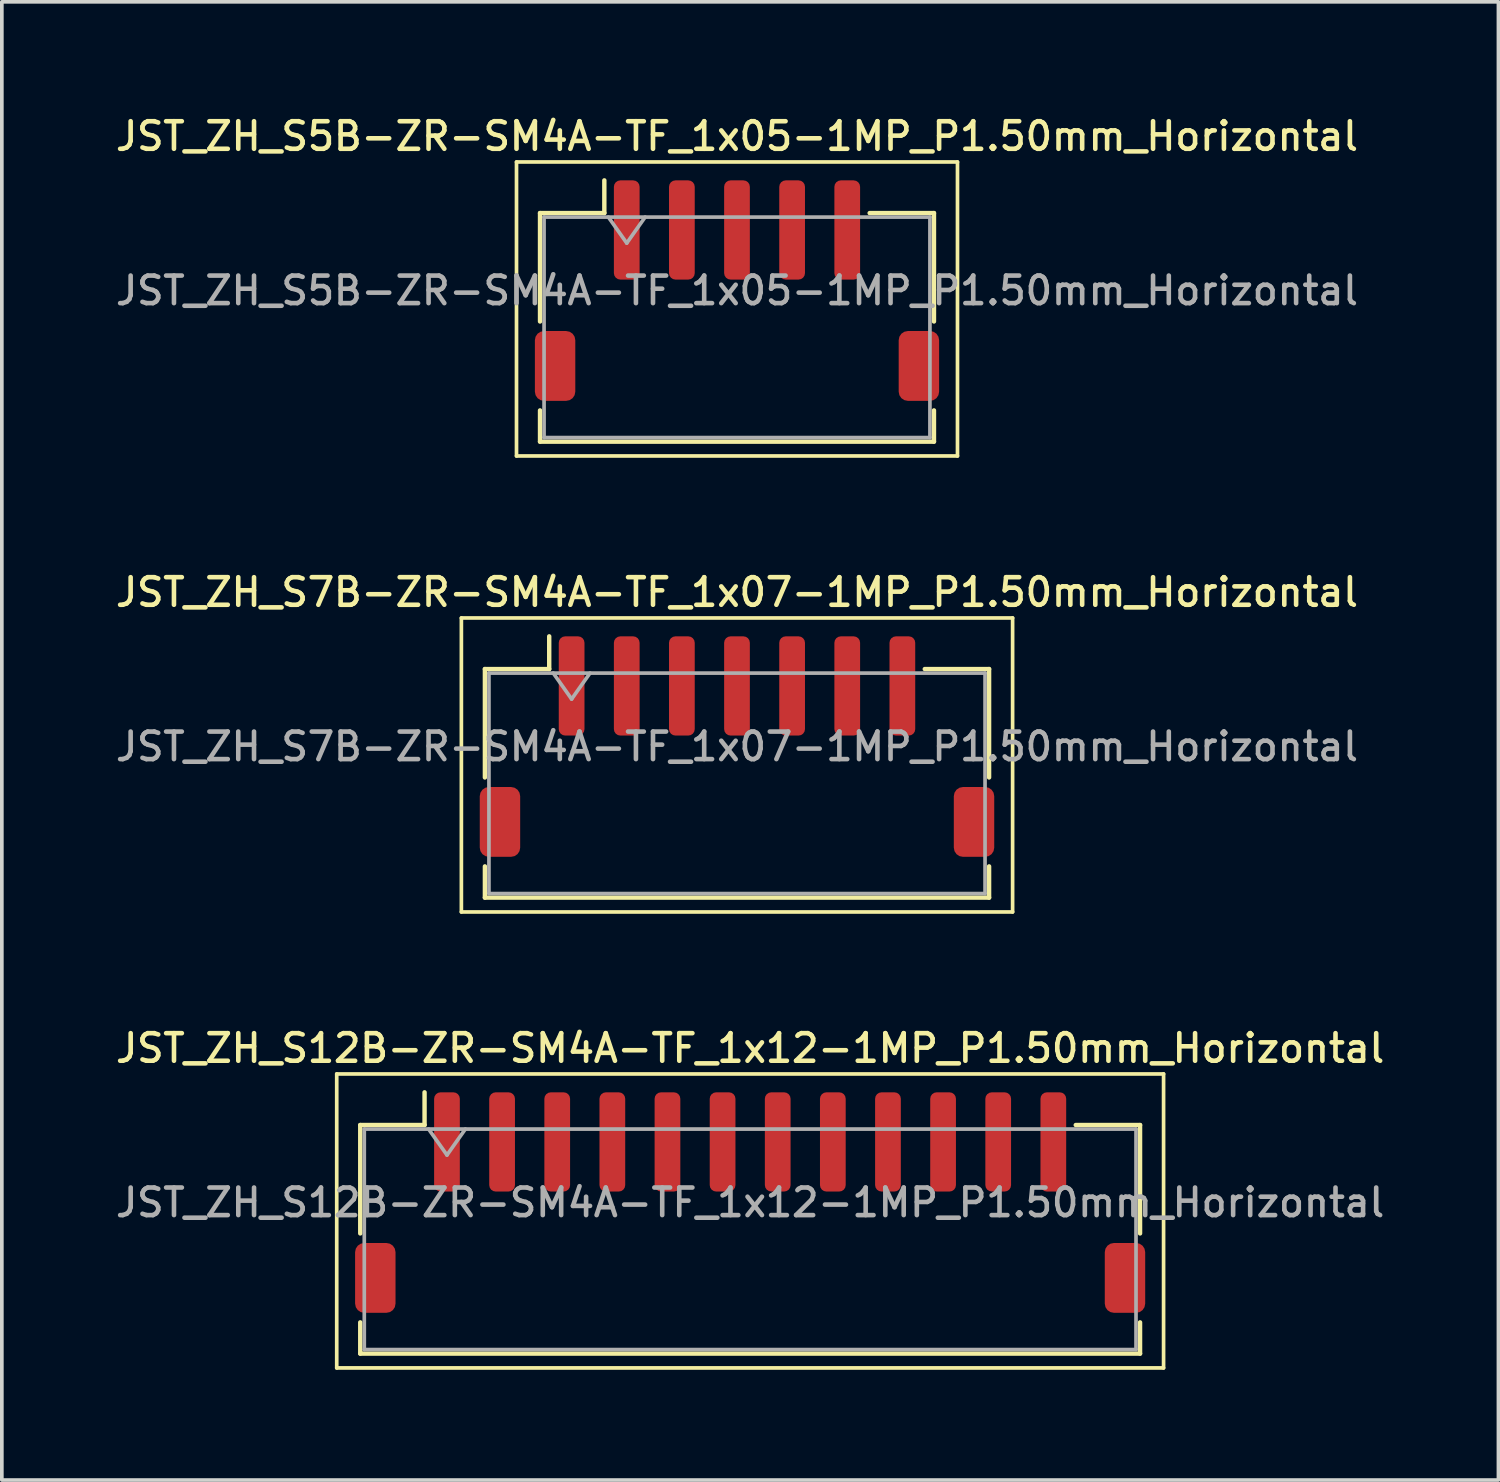
<source format=kicad_pcb>
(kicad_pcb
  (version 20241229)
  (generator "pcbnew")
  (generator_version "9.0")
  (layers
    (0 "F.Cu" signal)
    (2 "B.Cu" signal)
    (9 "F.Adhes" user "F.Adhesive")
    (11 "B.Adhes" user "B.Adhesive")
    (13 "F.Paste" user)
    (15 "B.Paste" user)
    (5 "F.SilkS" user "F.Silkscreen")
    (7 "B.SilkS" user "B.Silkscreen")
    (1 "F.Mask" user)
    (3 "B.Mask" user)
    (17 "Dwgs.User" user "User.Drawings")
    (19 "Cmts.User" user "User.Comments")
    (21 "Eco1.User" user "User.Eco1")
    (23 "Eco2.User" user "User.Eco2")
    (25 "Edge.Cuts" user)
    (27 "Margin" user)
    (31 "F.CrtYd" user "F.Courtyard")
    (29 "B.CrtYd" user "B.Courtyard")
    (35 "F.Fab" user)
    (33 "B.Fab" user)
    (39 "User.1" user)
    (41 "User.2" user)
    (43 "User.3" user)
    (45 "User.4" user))
  (footprint "JST_ZH_S12B-ZR-SM4A-TF_1x12-1MP_P1.50mm_Horizontal"
    (layer "F.Cu")
    (at 17.363 29.674)
    (property "Reference" "JST_ZH_S12B-ZR-SM4A-TF_1x12-1MP_P1.50mm_Horizontal" (at 0 -4.2 0) (layer "F.SilkS") (effects (font (size 0.75 0.75) (thickness 0.125))))
    (attr smd)
    (fp_line (start -11.25 -3.5) (end -11.25 4.5) (stroke (width 0.1) (type solid)) (layer "F.SilkS"))
    (fp_line (start -11.25 4.5) (end 11.25 4.5) (stroke (width 0.1) (type solid)) (layer "F.SilkS"))
    (fp_line (start -10.61 -2.11) (end -8.86 -2.11) (stroke (width 0.12) (type solid)) (layer "F.SilkS"))
    (fp_line (start -10.61 0.84) (end -10.61 -2.11) (stroke (width 0.12) (type solid)) (layer "F.SilkS"))
    (fp_line (start -10.61 3.26) (end -10.61 4.11) (stroke (width 0.12) (type solid)) (layer "F.SilkS"))
    (fp_line (start -10.61 4.11) (end 10.61 4.11) (stroke (width 0.12) (type solid)) (layer "F.SilkS"))
    (fp_line (start -8.86 -2.11) (end -8.86 -3) (stroke (width 0.12) (type solid)) (layer "F.SilkS"))
    (fp_line (start 10.61 -2.11) (end 8.86 -2.11) (stroke (width 0.12) (type solid)) (layer "F.SilkS"))
    (fp_line (start 10.61 0.84) (end 10.61 -2.11) (stroke (width 0.12) (type solid)) (layer "F.SilkS"))
    (fp_line (start 10.61 4.11) (end 10.61 3.26) (stroke (width 0.12) (type solid)) (layer "F.SilkS"))
    (fp_line (start 11.25 -3.5) (end -11.25 -3.5) (stroke (width 0.1) (type solid)) (layer "F.SilkS"))
    (fp_line (start 11.25 4.5) (end 11.25 -3.5) (stroke (width 0.1) (type solid)) (layer "F.SilkS"))
    (fp_line (start -10.5 -2) (end -10.5 4) (stroke (width 0.1) (type solid)) (layer "F.Fab"))
    (fp_line (start -10.5 -2) (end 10.5 -2) (stroke (width 0.1) (type solid)) (layer "F.Fab"))
    (fp_line (start -10.5 4) (end 10.5 4) (stroke (width 0.1) (type solid)) (layer "F.Fab"))
    (fp_line (start -8.75 -2) (end -8.25 -1.293) (stroke (width 0.1) (type solid)) (layer "F.Fab"))
    (fp_line (start -8.25 -1.293) (end -7.75 -2) (stroke (width 0.1) (type solid)) (layer "F.Fab"))
    (fp_line (start 10.5 -2) (end 10.5 4) (stroke (width 0.1) (type solid)) (layer "F.Fab"))
    (fp_text user "${REFERENCE}" (at 0 0 0) (layer "F.Fab") (effects (font (size 0.75 0.75) (thickness 0.125))))
    (pad "1" smd roundrect (at -8.25 -1.65) (size 0.7 2.7) (layers "F.Cu" "F.Mask" "F.Paste") (roundrect_rratio 0.25))
    (pad "2" smd roundrect (at -6.75 -1.65) (size 0.7 2.7) (layers "F.Cu" "F.Mask" "F.Paste") (roundrect_rratio 0.25))
    (pad "3" smd roundrect (at -5.25 -1.65) (size 0.7 2.7) (layers "F.Cu" "F.Mask" "F.Paste") (roundrect_rratio 0.25))
    (pad "4" smd roundrect (at -3.75 -1.65) (size 0.7 2.7) (layers "F.Cu" "F.Mask" "F.Paste") (roundrect_rratio 0.25))
    (pad "5" smd roundrect (at -2.25 -1.65) (size 0.7 2.7) (layers "F.Cu" "F.Mask" "F.Paste") (roundrect_rratio 0.25))
    (pad "6" smd roundrect (at -0.75 -1.65) (size 0.7 2.7) (layers "F.Cu" "F.Mask" "F.Paste") (roundrect_rratio 0.25))
    (pad "7" smd roundrect (at 0.75 -1.65) (size 0.7 2.7) (layers "F.Cu" "F.Mask" "F.Paste") (roundrect_rratio 0.25))
    (pad "8" smd roundrect (at 2.25 -1.65) (size 0.7 2.7) (layers "F.Cu" "F.Mask" "F.Paste") (roundrect_rratio 0.25))
    (pad "9" smd roundrect (at 3.75 -1.65) (size 0.7 2.7) (layers "F.Cu" "F.Mask" "F.Paste") (roundrect_rratio 0.25))
    (pad "10" smd roundrect (at 5.25 -1.65) (size 0.7 2.7) (layers "F.Cu" "F.Mask" "F.Paste") (roundrect_rratio 0.25))
    (pad "11" smd roundrect (at 6.75 -1.65) (size 0.7 2.7) (layers "F.Cu" "F.Mask" "F.Paste") (roundrect_rratio 0.25))
    (pad "12" smd roundrect (at 8.25 -1.65) (size 0.7 2.7) (layers "F.Cu" "F.Mask" "F.Paste") (roundrect_rratio 0.25))
    (pad "MP" smd roundrect (at -10.2 2.05) (size 1.1 1.9) (layers "F.Cu" "F.Mask" "F.Paste") (roundrect_rratio 0.227))
    (pad "MP" smd roundrect (at 10.2 2.05) (size 1.1 1.9) (layers "F.Cu" "F.Mask" "F.Paste") (roundrect_rratio 0.227)))
  (footprint "JST_ZH_S5B-ZR-SM4A-TF_1x05-1MP_P1.50mm_Horizontal"
    (layer "F.Cu")
    (at 17.005 4.858)
    (property "Reference" "JST_ZH_S5B-ZR-SM4A-TF_1x05-1MP_P1.50mm_Horizontal" (at 0 -4.2 0) (layer "F.SilkS") (effects (font (size 0.75 0.75) (thickness 0.125))))
    (attr smd)
    (fp_line (start -6 -3.5) (end -6 4.5) (stroke (width 0.1) (type solid)) (layer "F.SilkS"))
    (fp_line (start -6 4.5) (end 6 4.5) (stroke (width 0.1) (type solid)) (layer "F.SilkS"))
    (fp_line (start -5.36 -2.11) (end -3.61 -2.11) (stroke (width 0.12) (type solid)) (layer "F.SilkS"))
    (fp_line (start -5.36 0.84) (end -5.36 -2.11) (stroke (width 0.12) (type solid)) (layer "F.SilkS"))
    (fp_line (start -5.36 3.26) (end -5.36 4.11) (stroke (width 0.12) (type solid)) (layer "F.SilkS"))
    (fp_line (start -5.36 4.11) (end 5.36 4.11) (stroke (width 0.12) (type solid)) (layer "F.SilkS"))
    (fp_line (start -3.61 -2.11) (end -3.61 -3) (stroke (width 0.12) (type solid)) (layer "F.SilkS"))
    (fp_line (start 5.36 -2.11) (end 3.61 -2.11) (stroke (width 0.12) (type solid)) (layer "F.SilkS"))
    (fp_line (start 5.36 0.84) (end 5.36 -2.11) (stroke (width 0.12) (type solid)) (layer "F.SilkS"))
    (fp_line (start 5.36 4.11) (end 5.36 3.26) (stroke (width 0.12) (type solid)) (layer "F.SilkS"))
    (fp_line (start 6 -3.5) (end -6 -3.5) (stroke (width 0.1) (type solid)) (layer "F.SilkS"))
    (fp_line (start 6 4.5) (end 6 -3.5) (stroke (width 0.1) (type solid)) (layer "F.SilkS"))
    (fp_line (start -5.25 -2) (end -5.25 4) (stroke (width 0.1) (type solid)) (layer "F.Fab"))
    (fp_line (start -5.25 -2) (end 5.25 -2) (stroke (width 0.1) (type solid)) (layer "F.Fab"))
    (fp_line (start -5.25 4) (end 5.25 4) (stroke (width 0.1) (type solid)) (layer "F.Fab"))
    (fp_line (start -3.5 -2) (end -3 -1.293) (stroke (width 0.1) (type solid)) (layer "F.Fab"))
    (fp_line (start -3 -1.293) (end -2.5 -2) (stroke (width 0.1) (type solid)) (layer "F.Fab"))
    (fp_line (start 5.25 -2) (end 5.25 4) (stroke (width 0.1) (type solid)) (layer "F.Fab"))
    (fp_text user "${REFERENCE}" (at 0 0 0) (layer "F.Fab") (effects (font (size 0.75 0.75) (thickness 0.125))))
    (pad "1" smd roundrect (at -3 -1.65) (size 0.7 2.7) (layers "F.Cu" "F.Mask" "F.Paste") (roundrect_rratio 0.25))
    (pad "2" smd roundrect (at -1.5 -1.65) (size 0.7 2.7) (layers "F.Cu" "F.Mask" "F.Paste") (roundrect_rratio 0.25))
    (pad "3" smd roundrect (at 0 -1.65) (size 0.7 2.7) (layers "F.Cu" "F.Mask" "F.Paste") (roundrect_rratio 0.25))
    (pad "4" smd roundrect (at 1.5 -1.65) (size 0.7 2.7) (layers "F.Cu" "F.Mask" "F.Paste") (roundrect_rratio 0.25))
    (pad "5" smd roundrect (at 3 -1.65) (size 0.7 2.7) (layers "F.Cu" "F.Mask" "F.Paste") (roundrect_rratio 0.25))
    (pad "MP" smd roundrect (at -4.95 2.05) (size 1.1 1.9) (layers "F.Cu" "F.Mask" "F.Paste") (roundrect_rratio 0.227))
    (pad "MP" smd roundrect (at 4.95 2.05) (size 1.1 1.9) (layers "F.Cu" "F.Mask" "F.Paste") (roundrect_rratio 0.227)))
  (footprint "JST_ZH_S7B-ZR-SM4A-TF_1x07-1MP_P1.50mm_Horizontal"
    (layer "F.Cu")
    (at 17.005 17.266)
    (property "Reference" "JST_ZH_S7B-ZR-SM4A-TF_1x07-1MP_P1.50mm_Horizontal" (at 0 -4.2 0) (layer "F.SilkS") (effects (font (size 0.75 0.75) (thickness 0.125))))
    (attr smd)
    (fp_line (start -7.5 -3.5) (end -7.5 4.5) (stroke (width 0.1) (type solid)) (layer "F.SilkS"))
    (fp_line (start -7.5 4.5) (end 7.5 4.5) (stroke (width 0.1) (type solid)) (layer "F.SilkS"))
    (fp_line (start -6.86 -2.11) (end -5.11 -2.11) (stroke (width 0.12) (type solid)) (layer "F.SilkS"))
    (fp_line (start -6.86 0.84) (end -6.86 -2.11) (stroke (width 0.12) (type solid)) (layer "F.SilkS"))
    (fp_line (start -6.86 3.26) (end -6.86 4.11) (stroke (width 0.12) (type solid)) (layer "F.SilkS"))
    (fp_line (start -6.86 4.11) (end 6.86 4.11) (stroke (width 0.12) (type solid)) (layer "F.SilkS"))
    (fp_line (start -5.11 -2.11) (end -5.11 -3) (stroke (width 0.12) (type solid)) (layer "F.SilkS"))
    (fp_line (start 6.86 -2.11) (end 5.11 -2.11) (stroke (width 0.12) (type solid)) (layer "F.SilkS"))
    (fp_line (start 6.86 0.84) (end 6.86 -2.11) (stroke (width 0.12) (type solid)) (layer "F.SilkS"))
    (fp_line (start 6.86 4.11) (end 6.86 3.26) (stroke (width 0.12) (type solid)) (layer "F.SilkS"))
    (fp_line (start 7.5 -3.5) (end -7.5 -3.5) (stroke (width 0.1) (type solid)) (layer "F.SilkS"))
    (fp_line (start 7.5 4.5) (end 7.5 -3.5) (stroke (width 0.1) (type solid)) (layer "F.SilkS"))
    (fp_line (start -6.75 -2) (end -6.75 4) (stroke (width 0.1) (type solid)) (layer "F.Fab"))
    (fp_line (start -6.75 -2) (end 6.75 -2) (stroke (width 0.1) (type solid)) (layer "F.Fab"))
    (fp_line (start -6.75 4) (end 6.75 4) (stroke (width 0.1) (type solid)) (layer "F.Fab"))
    (fp_line (start -5 -2) (end -4.5 -1.293) (stroke (width 0.1) (type solid)) (layer "F.Fab"))
    (fp_line (start -4.5 -1.293) (end -4 -2) (stroke (width 0.1) (type solid)) (layer "F.Fab"))
    (fp_line (start 6.75 -2) (end 6.75 4) (stroke (width 0.1) (type solid)) (layer "F.Fab"))
    (fp_text user "${REFERENCE}" (at 0 0 0) (layer "F.Fab") (effects (font (size 0.75 0.75) (thickness 0.125))))
    (pad "1" smd roundrect (at -4.5 -1.65) (size 0.7 2.7) (layers "F.Cu" "F.Mask" "F.Paste") (roundrect_rratio 0.25))
    (pad "2" smd roundrect (at -3 -1.65) (size 0.7 2.7) (layers "F.Cu" "F.Mask" "F.Paste") (roundrect_rratio 0.25))
    (pad "3" smd roundrect (at -1.5 -1.65) (size 0.7 2.7) (layers "F.Cu" "F.Mask" "F.Paste") (roundrect_rratio 0.25))
    (pad "4" smd roundrect (at 0 -1.65) (size 0.7 2.7) (layers "F.Cu" "F.Mask" "F.Paste") (roundrect_rratio 0.25))
    (pad "5" smd roundrect (at 1.5 -1.65) (size 0.7 2.7) (layers "F.Cu" "F.Mask" "F.Paste") (roundrect_rratio 0.25))
    (pad "6" smd roundrect (at 3 -1.65) (size 0.7 2.7) (layers "F.Cu" "F.Mask" "F.Paste") (roundrect_rratio 0.25))
    (pad "7" smd roundrect (at 4.5 -1.65) (size 0.7 2.7) (layers "F.Cu" "F.Mask" "F.Paste") (roundrect_rratio 0.25))
    (pad "MP" smd roundrect (at -6.45 2.05) (size 1.1 1.9) (layers "F.Cu" "F.Mask" "F.Paste") (roundrect_rratio 0.227))
    (pad "MP" smd roundrect (at 6.45 2.05) (size 1.1 1.9) (layers "F.Cu" "F.Mask" "F.Paste") (roundrect_rratio 0.227)))
  (gr_rect
    (start -3 -3)
    (end 37.725 37.224)
    (stroke (width 0.1) (type default))
    (fill no)
    (layer "Edge.Cuts")))
</source>
